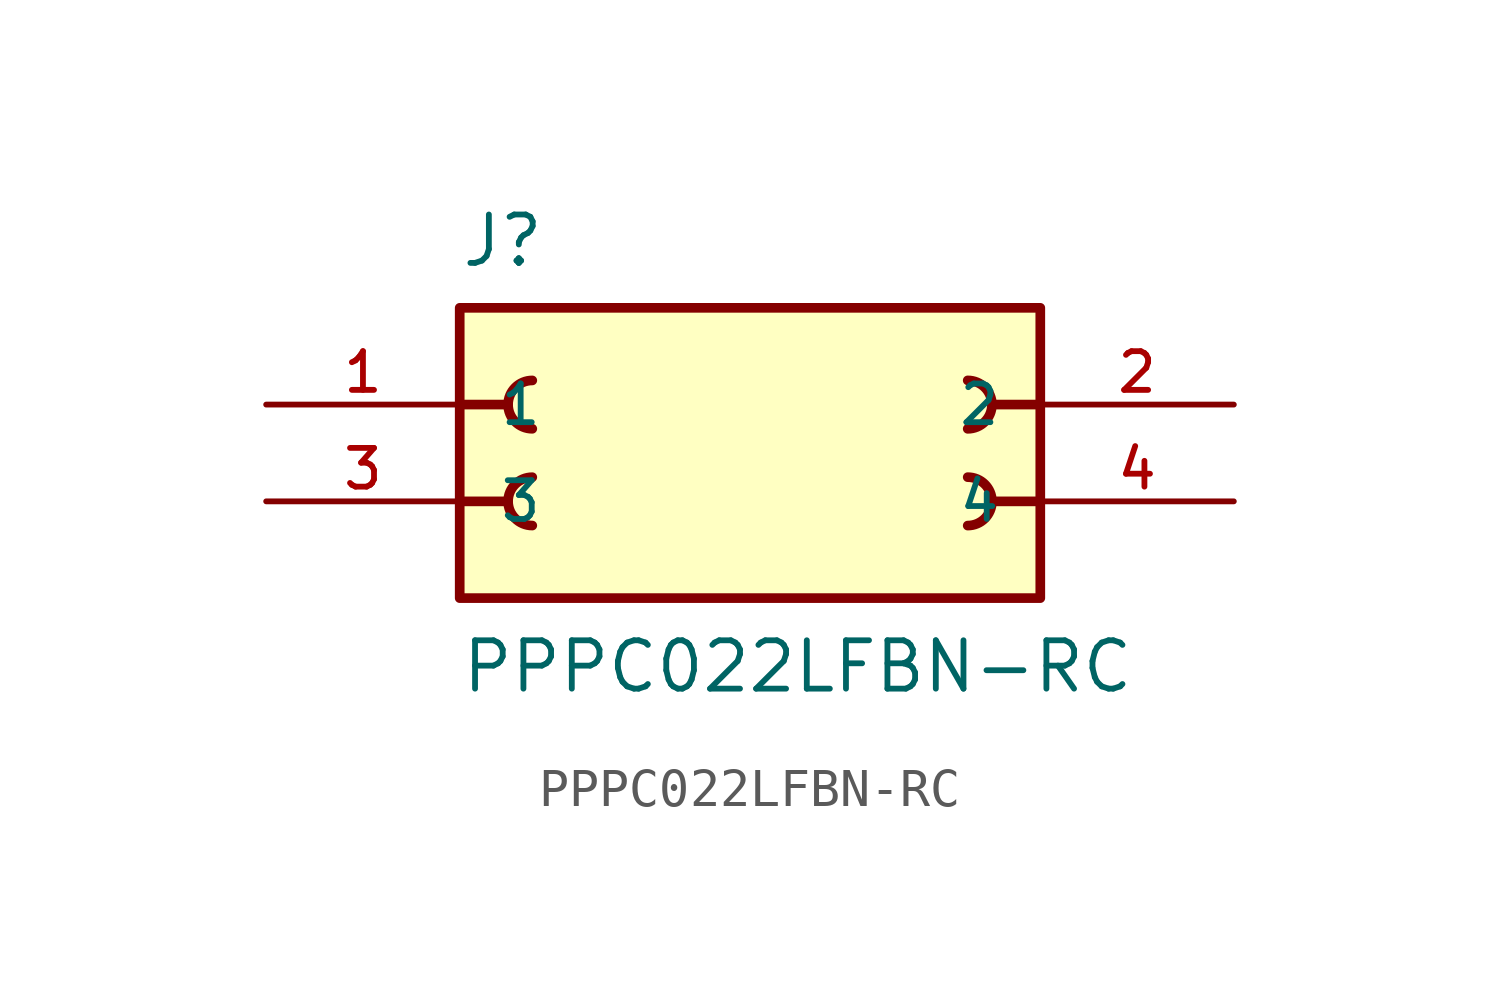
<source format=kicad_sym>
(kicad_symbol_lib
  (version 20211014)
  (generator kicad_symbol_editor)
  (symbol "PPPC022LFBN-RC"
    (pin_names
      (offset 1.016))
    (property "Reference" "J"
      (at -7.62 3.556 0)
      (effects (font (size 1.27 1.27)) (justify bottom left)))
    (property "Value" "PPPC022LFBN-RC"
      (at -7.62 -7.62 0)
      (effects (font (size 1.27 1.27)) (justify bottom left)))
    (symbol "PPPC022LFBN-RC_0_0"
      (polyline (pts (xy 7.62 0.0) (xy 6.35 0.0)) (stroke (width 0.254)))
      (arc (start 5.715 -0.635) (mid 6.35 0.0) (end 5.715 0.635) (stroke (width 0.254) (type default) (color 0 0 0 0)) (fill (type none)))
      (polyline (pts (xy -7.62 0.0) (xy -6.35 0.0)) (stroke (width 0.254)))
      (arc (start -5.715 0.635) (mid -6.35 -0.0) (end -5.715 -0.635) (stroke (width 0.254) (type default) (color 0 0 0 0)) (fill (type none)))
      (polyline (pts (xy 7.62 -2.54) (xy 6.35 -2.54)) (stroke (width 0.254)))
      (arc (start 5.715 -3.175) (mid 6.35 -2.54) (end 5.715 -1.905) (stroke (width 0.254) (type default) (color 0 0 0 0)) (fill (type none)))
      (polyline (pts (xy -7.62 -2.54) (xy -6.35 -2.54)) (stroke (width 0.254)))
      (arc (start -5.715 -1.905) (mid -6.35 -2.54) (end -5.715 -3.175) (stroke (width 0.254) (type default) (color 0 0 0 0)) (fill (type none)))
      (rectangle (start -7.62 -5.08) (end 7.62 2.54) (stroke (width 0.254)) (fill (type background)))
      (pin passive line (at -12.7 0.0 0) (length 5.08) (name "1" (effects (font (size 1.016 1.016)))) (number "1" (effects (font (size 1.016 1.016)))))
      (pin passive line (at 12.7 0.0 180.0) (length 5.08) (name "2" (effects (font (size 1.016 1.016)))) (number "2" (effects (font (size 1.016 1.016)))))
      (pin passive line (at -12.7 -2.54 0) (length 5.08) (name "3" (effects (font (size 1.016 1.016)))) (number "3" (effects (font (size 1.016 1.016)))))
      (pin passive line (at 12.7 -2.54 180.0) (length 5.08) (name "4" (effects (font (size 1.016 1.016)))) (number "4" (effects (font (size 1.016 1.016))))))))
</source>
